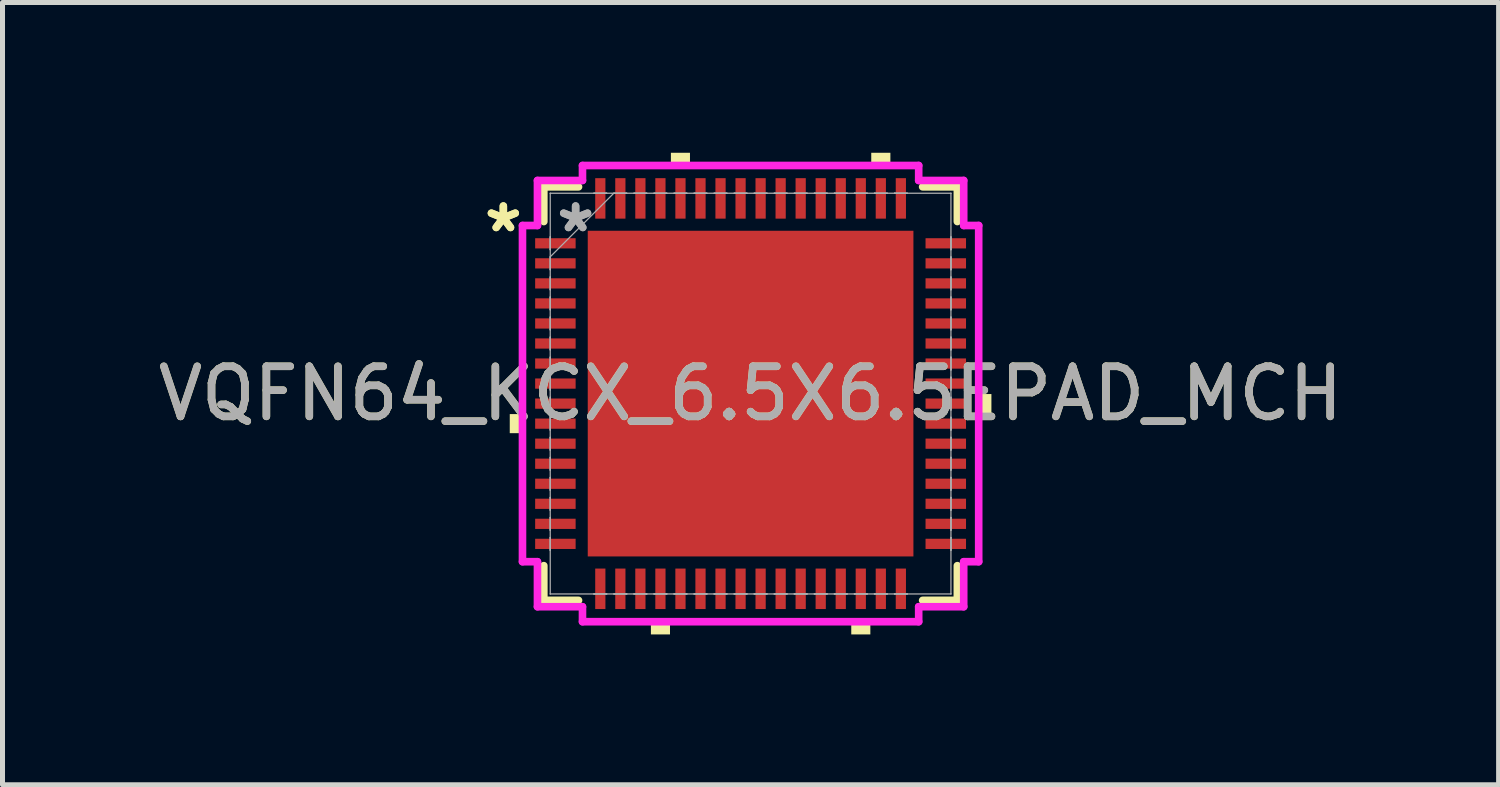
<source format=kicad_pcb>
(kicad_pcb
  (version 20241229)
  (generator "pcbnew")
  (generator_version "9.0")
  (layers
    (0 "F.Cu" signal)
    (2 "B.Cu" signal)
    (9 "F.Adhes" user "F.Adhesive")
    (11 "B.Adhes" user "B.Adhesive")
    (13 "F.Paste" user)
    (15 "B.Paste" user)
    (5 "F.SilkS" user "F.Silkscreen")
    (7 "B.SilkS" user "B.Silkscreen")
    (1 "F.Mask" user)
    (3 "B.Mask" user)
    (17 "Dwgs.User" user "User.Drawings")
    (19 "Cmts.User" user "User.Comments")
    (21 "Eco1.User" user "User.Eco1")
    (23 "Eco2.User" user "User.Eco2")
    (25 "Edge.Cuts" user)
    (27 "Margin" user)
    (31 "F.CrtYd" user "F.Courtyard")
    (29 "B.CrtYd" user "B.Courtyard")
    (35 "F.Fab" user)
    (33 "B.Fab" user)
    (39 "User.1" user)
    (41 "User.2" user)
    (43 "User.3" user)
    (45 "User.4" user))
  (footprint "VQFN64_KCX_6.5X6.5EPAD_MCH"
    (layer "F.Cu")
    (at 11.935 4.808)
    (property "Reference" "VQFN64_KCX_6.5X6.5EPAD_MCH" (at 0 0 0) (unlocked yes) (layer "F.SilkS") (effects (font (size 1 1) (thickness 0.15))))
    (attr smd)
    (fp_line (start -4.128 -4.128) (end -4.128 -3.435) (stroke (width 0.152) (type solid)) (layer "F.SilkS"))
    (fp_line (start -4.128 3.435) (end -4.128 4.128) (stroke (width 0.152) (type solid)) (layer "F.SilkS"))
    (fp_line (start -4.128 4.128) (end -3.435 4.128) (stroke (width 0.152) (type solid)) (layer "F.SilkS"))
    (fp_line (start -3.435 -4.128) (end -4.128 -4.128) (stroke (width 0.152) (type solid)) (layer "F.SilkS"))
    (fp_line (start 3.435 4.128) (end 4.128 4.128) (stroke (width 0.152) (type solid)) (layer "F.SilkS"))
    (fp_line (start 4.128 -4.128) (end 3.435 -4.128) (stroke (width 0.152) (type solid)) (layer "F.SilkS"))
    (fp_line (start 4.128 -3.435) (end 4.128 -4.128) (stroke (width 0.152) (type solid)) (layer "F.SilkS"))
    (fp_line (start 4.128 4.128) (end 4.128 3.435) (stroke (width 0.152) (type solid)) (layer "F.SilkS"))
    (fp_poly (pts (xy -4.808 0.409) (xy -4.808 0.79) (xy -4.554 0.79) (xy -4.554 0.409)) (stroke (width 0) (type solid)) (fill yes) (layer "F.SilkS"))
    (fp_poly (pts (xy -1.99 4.554) (xy -1.99 4.808) (xy -1.609 4.808) (xy -1.609 4.554)) (stroke (width 0) (type solid)) (fill yes) (layer "F.SilkS"))
    (fp_poly (pts (xy -1.591 -4.554) (xy -1.591 -4.808) (xy -1.21 -4.808) (xy -1.21 -4.554)) (stroke (width 0) (type solid)) (fill yes) (layer "F.SilkS"))
    (fp_poly (pts (xy 2.01 4.554) (xy 2.01 4.808) (xy 2.391 4.808) (xy 2.391 4.554)) (stroke (width 0) (type solid)) (fill yes) (layer "F.SilkS"))
    (fp_poly (pts (xy 2.409 -4.554) (xy 2.409 -4.808) (xy 2.791 -4.808) (xy 2.791 -4.554)) (stroke (width 0) (type solid)) (fill yes) (layer "F.SilkS"))
    (fp_poly (pts (xy 4.808 0.009) (xy 4.808 0.391) (xy 4.554 0.391) (xy 4.554 0.009)) (stroke (width 0) (type solid)) (fill yes) (layer "F.SilkS"))
    (fp_poly (pts (xy -3.151 -3.151) (xy -3.151 -2.051) (xy -2.051 -2.051) (xy -2.051 -3.151)) (stroke (width 0) (type solid)) (fill yes) (layer "F.Paste"))
    (fp_poly (pts (xy -3.151 -1.851) (xy -3.151 -0.75) (xy -2.051 -0.75) (xy -2.051 -1.851)) (stroke (width 0) (type solid)) (fill yes) (layer "F.Paste"))
    (fp_poly (pts (xy -3.151 -0.55) (xy -3.151 0.55) (xy -2.051 0.55) (xy -2.051 -0.55)) (stroke (width 0) (type solid)) (fill yes) (layer "F.Paste"))
    (fp_poly (pts (xy -3.151 0.75) (xy -3.151 1.851) (xy -2.051 1.851) (xy -2.051 0.75)) (stroke (width 0) (type solid)) (fill yes) (layer "F.Paste"))
    (fp_poly (pts (xy -3.151 2.051) (xy -3.151 3.151) (xy -2.051 3.151) (xy -2.051 2.051)) (stroke (width 0) (type solid)) (fill yes) (layer "F.Paste"))
    (fp_poly (pts (xy -1.851 -3.151) (xy -1.851 -2.051) (xy -0.75 -2.051) (xy -0.75 -3.151)) (stroke (width 0) (type solid)) (fill yes) (layer "F.Paste"))
    (fp_poly (pts (xy -1.851 -1.851) (xy -1.851 -0.75) (xy -0.75 -0.75) (xy -0.75 -1.851)) (stroke (width 0) (type solid)) (fill yes) (layer "F.Paste"))
    (fp_poly (pts (xy -1.851 -0.55) (xy -1.851 0.55) (xy -0.75 0.55) (xy -0.75 -0.55)) (stroke (width 0) (type solid)) (fill yes) (layer "F.Paste"))
    (fp_poly (pts (xy -1.851 0.75) (xy -1.851 1.851) (xy -0.75 1.851) (xy -0.75 0.75)) (stroke (width 0) (type solid)) (fill yes) (layer "F.Paste"))
    (fp_poly (pts (xy -1.851 2.051) (xy -1.851 3.151) (xy -0.75 3.151) (xy -0.75 2.051)) (stroke (width 0) (type solid)) (fill yes) (layer "F.Paste"))
    (fp_poly (pts (xy -0.55 -3.151) (xy -0.55 -2.051) (xy 0.55 -2.051) (xy 0.55 -3.151)) (stroke (width 0) (type solid)) (fill yes) (layer "F.Paste"))
    (fp_poly (pts (xy -0.55 -1.851) (xy -0.55 -0.75) (xy 0.55 -0.75) (xy 0.55 -1.851)) (stroke (width 0) (type solid)) (fill yes) (layer "F.Paste"))
    (fp_poly (pts (xy -0.55 -0.55) (xy -0.55 0.55) (xy 0.55 0.55) (xy 0.55 -0.55)) (stroke (width 0) (type solid)) (fill yes) (layer "F.Paste"))
    (fp_poly (pts (xy -0.55 0.75) (xy -0.55 1.851) (xy 0.55 1.851) (xy 0.55 0.75)) (stroke (width 0) (type solid)) (fill yes) (layer "F.Paste"))
    (fp_poly (pts (xy -0.55 2.051) (xy -0.55 3.151) (xy 0.55 3.151) (xy 0.55 2.051)) (stroke (width 0) (type solid)) (fill yes) (layer "F.Paste"))
    (fp_poly (pts (xy 0.75 -3.151) (xy 0.75 -2.051) (xy 1.851 -2.051) (xy 1.851 -3.151)) (stroke (width 0) (type solid)) (fill yes) (layer "F.Paste"))
    (fp_poly (pts (xy 0.75 -1.851) (xy 0.75 -0.75) (xy 1.851 -0.75) (xy 1.851 -1.851)) (stroke (width 0) (type solid)) (fill yes) (layer "F.Paste"))
    (fp_poly (pts (xy 0.75 -0.55) (xy 0.75 0.55) (xy 1.851 0.55) (xy 1.851 -0.55)) (stroke (width 0) (type solid)) (fill yes) (layer "F.Paste"))
    (fp_poly (pts (xy 0.75 0.75) (xy 0.75 1.851) (xy 1.851 1.851) (xy 1.851 0.75)) (stroke (width 0) (type solid)) (fill yes) (layer "F.Paste"))
    (fp_poly (pts (xy 0.75 2.051) (xy 0.75 3.151) (xy 1.851 3.151) (xy 1.851 2.051)) (stroke (width 0) (type solid)) (fill yes) (layer "F.Paste"))
    (fp_poly (pts (xy 2.051 -3.151) (xy 2.051 -2.051) (xy 3.151 -2.051) (xy 3.151 -3.151)) (stroke (width 0) (type solid)) (fill yes) (layer "F.Paste"))
    (fp_poly (pts (xy 2.051 -1.851) (xy 2.051 -0.75) (xy 3.151 -0.75) (xy 3.151 -1.851)) (stroke (width 0) (type solid)) (fill yes) (layer "F.Paste"))
    (fp_poly (pts (xy 2.051 -0.55) (xy 2.051 0.55) (xy 3.151 0.55) (xy 3.151 -0.55)) (stroke (width 0) (type solid)) (fill yes) (layer "F.Paste"))
    (fp_poly (pts (xy 2.051 0.75) (xy 2.051 1.851) (xy 3.151 1.851) (xy 3.151 0.75)) (stroke (width 0) (type solid)) (fill yes) (layer "F.Paste"))
    (fp_poly (pts (xy 2.051 2.051) (xy 2.051 3.151) (xy 3.151 3.151) (xy 3.151 2.051)) (stroke (width 0) (type solid)) (fill yes) (layer "F.Paste"))
    (fp_line (start -4.554 -3.356) (end -4.255 -3.356) (stroke (width 0.152) (type solid)) (layer "F.CrtYd"))
    (fp_line (start -4.554 3.356) (end -4.554 -3.356) (stroke (width 0.152) (type solid)) (layer "F.CrtYd"))
    (fp_line (start -4.255 -4.255) (end -3.356 -4.255) (stroke (width 0.152) (type solid)) (layer "F.CrtYd"))
    (fp_line (start -4.255 -3.356) (end -4.255 -4.255) (stroke (width 0.152) (type solid)) (layer "F.CrtYd"))
    (fp_line (start -4.255 3.356) (end -4.554 3.356) (stroke (width 0.152) (type solid)) (layer "F.CrtYd"))
    (fp_line (start -4.255 4.255) (end -4.255 3.356) (stroke (width 0.152) (type solid)) (layer "F.CrtYd"))
    (fp_line (start -3.356 -4.554) (end 3.356 -4.554) (stroke (width 0.152) (type solid)) (layer "F.CrtYd"))
    (fp_line (start -3.356 -4.255) (end -3.356 -4.554) (stroke (width 0.152) (type solid)) (layer "F.CrtYd"))
    (fp_line (start -3.356 4.255) (end -4.255 4.255) (stroke (width 0.152) (type solid)) (layer "F.CrtYd"))
    (fp_line (start -3.356 4.554) (end -3.356 4.255) (stroke (width 0.152) (type solid)) (layer "F.CrtYd"))
    (fp_line (start 3.356 -4.554) (end 3.356 -4.255) (stroke (width 0.152) (type solid)) (layer "F.CrtYd"))
    (fp_line (start 3.356 -4.255) (end 4.255 -4.255) (stroke (width 0.152) (type solid)) (layer "F.CrtYd"))
    (fp_line (start 3.356 4.255) (end 3.356 4.554) (stroke (width 0.152) (type solid)) (layer "F.CrtYd"))
    (fp_line (start 3.356 4.554) (end -3.356 4.554) (stroke (width 0.152) (type solid)) (layer "F.CrtYd"))
    (fp_line (start 4.255 -4.255) (end 4.255 -3.356) (stroke (width 0.152) (type solid)) (layer "F.CrtYd"))
    (fp_line (start 4.255 -3.356) (end 4.554 -3.356) (stroke (width 0.152) (type solid)) (layer "F.CrtYd"))
    (fp_line (start 4.255 3.356) (end 4.255 4.255) (stroke (width 0.152) (type solid)) (layer "F.CrtYd"))
    (fp_line (start 4.255 4.255) (end 3.356 4.255) (stroke (width 0.152) (type solid)) (layer "F.CrtYd"))
    (fp_line (start 4.554 -3.356) (end 4.554 3.356) (stroke (width 0.152) (type solid)) (layer "F.CrtYd"))
    (fp_line (start 4.554 3.356) (end 4.255 3.356) (stroke (width 0.152) (type solid)) (layer "F.CrtYd"))
    (fp_line (start -4 -4) (end -4 -4) (stroke (width 0.025) (type solid)) (layer "F.Fab"))
    (fp_line (start -4 -4) (end -4 4) (stroke (width 0.025) (type solid)) (layer "F.Fab"))
    (fp_line (start -4 -3.127) (end -4 -3.127) (stroke (width 0.025) (type solid)) (layer "F.Fab"))
    (fp_line (start -4 -3.127) (end -4 -2.873) (stroke (width 0.025) (type solid)) (layer "F.Fab"))
    (fp_line (start -4 -2.873) (end -4 -3.127) (stroke (width 0.025) (type solid)) (layer "F.Fab"))
    (fp_line (start -4 -2.873) (end -4 -2.873) (stroke (width 0.025) (type solid)) (layer "F.Fab"))
    (fp_line (start -4 -2.731) (end -2.731 -4) (stroke (width 0.025) (type solid)) (layer "F.Fab"))
    (fp_line (start -4 -2.727) (end -4 -2.727) (stroke (width 0.025) (type solid)) (layer "F.Fab"))
    (fp_line (start -4 -2.727) (end -4 -2.473) (stroke (width 0.025) (type solid)) (layer "F.Fab"))
    (fp_line (start -4 -2.473) (end -4 -2.727) (stroke (width 0.025) (type solid)) (layer "F.Fab"))
    (fp_line (start -4 -2.473) (end -4 -2.473) (stroke (width 0.025) (type solid)) (layer "F.Fab"))
    (fp_line (start -4 -2.327) (end -4 -2.327) (stroke (width 0.025) (type solid)) (layer "F.Fab"))
    (fp_line (start -4 -2.327) (end -4 -2.073) (stroke (width 0.025) (type solid)) (layer "F.Fab"))
    (fp_line (start -4 -2.073) (end -4 -2.327) (stroke (width 0.025) (type solid)) (layer "F.Fab"))
    (fp_line (start -4 -2.073) (end -4 -2.073) (stroke (width 0.025) (type solid)) (layer "F.Fab"))
    (fp_line (start -4 -1.927) (end -4 -1.927) (stroke (width 0.025) (type solid)) (layer "F.Fab"))
    (fp_line (start -4 -1.927) (end -4 -1.673) (stroke (width 0.025) (type solid)) (layer "F.Fab"))
    (fp_line (start -4 -1.673) (end -4 -1.927) (stroke (width 0.025) (type solid)) (layer "F.Fab"))
    (fp_line (start -4 -1.673) (end -4 -1.673) (stroke (width 0.025) (type solid)) (layer "F.Fab"))
    (fp_line (start -4 -1.527) (end -4 -1.527) (stroke (width 0.025) (type solid)) (layer "F.Fab"))
    (fp_line (start -4 -1.527) (end -4 -1.273) (stroke (width 0.025) (type solid)) (layer "F.Fab"))
    (fp_line (start -4 -1.273) (end -4 -1.527) (stroke (width 0.025) (type solid)) (layer "F.Fab"))
    (fp_line (start -4 -1.273) (end -4 -1.273) (stroke (width 0.025) (type solid)) (layer "F.Fab"))
    (fp_line (start -4 -1.127) (end -4 -1.127) (stroke (width 0.025) (type solid)) (layer "F.Fab"))
    (fp_line (start -4 -1.127) (end -4 -0.873) (stroke (width 0.025) (type solid)) (layer "F.Fab"))
    (fp_line (start -4 -0.873) (end -4 -1.127) (stroke (width 0.025) (type solid)) (layer "F.Fab"))
    (fp_line (start -4 -0.873) (end -4 -0.873) (stroke (width 0.025) (type solid)) (layer "F.Fab"))
    (fp_line (start -4 -0.727) (end -4 -0.727) (stroke (width 0.025) (type solid)) (layer "F.Fab"))
    (fp_line (start -4 -0.727) (end -4 -0.473) (stroke (width 0.025) (type solid)) (layer "F.Fab"))
    (fp_line (start -4 -0.473) (end -4 -0.727) (stroke (width 0.025) (type solid)) (layer "F.Fab"))
    (fp_line (start -4 -0.473) (end -4 -0.473) (stroke (width 0.025) (type solid)) (layer "F.Fab"))
    (fp_line (start -4 -0.327) (end -4 -0.327) (stroke (width 0.025) (type solid)) (layer "F.Fab"))
    (fp_line (start -4 -0.327) (end -4 -0.073) (stroke (width 0.025) (type solid)) (layer "F.Fab"))
    (fp_line (start -4 -0.073) (end -4 -0.327) (stroke (width 0.025) (type solid)) (layer "F.Fab"))
    (fp_line (start -4 -0.073) (end -4 -0.073) (stroke (width 0.025) (type solid)) (layer "F.Fab"))
    (fp_line (start -4 0.073) (end -4 0.073) (stroke (width 0.025) (type solid)) (layer "F.Fab"))
    (fp_line (start -4 0.073) (end -4 0.327) (stroke (width 0.025) (type solid)) (layer "F.Fab"))
    (fp_line (start -4 0.327) (end -4 0.073) (stroke (width 0.025) (type solid)) (layer "F.Fab"))
    (fp_line (start -4 0.327) (end -4 0.327) (stroke (width 0.025) (type solid)) (layer "F.Fab"))
    (fp_line (start -4 0.473) (end -4 0.473) (stroke (width 0.025) (type solid)) (layer "F.Fab"))
    (fp_line (start -4 0.473) (end -4 0.727) (stroke (width 0.025) (type solid)) (layer "F.Fab"))
    (fp_line (start -4 0.727) (end -4 0.473) (stroke (width 0.025) (type solid)) (layer "F.Fab"))
    (fp_line (start -4 0.727) (end -4 0.727) (stroke (width 0.025) (type solid)) (layer "F.Fab"))
    (fp_line (start -4 0.873) (end -4 0.873) (stroke (width 0.025) (type solid)) (layer "F.Fab"))
    (fp_line (start -4 0.873) (end -4 1.127) (stroke (width 0.025) (type solid)) (layer "F.Fab"))
    (fp_line (start -4 1.127) (end -4 0.873) (stroke (width 0.025) (type solid)) (layer "F.Fab"))
    (fp_line (start -4 1.127) (end -4 1.127) (stroke (width 0.025) (type solid)) (layer "F.Fab"))
    (fp_line (start -4 1.273) (end -4 1.273) (stroke (width 0.025) (type solid)) (layer "F.Fab"))
    (fp_line (start -4 1.273) (end -4 1.527) (stroke (width 0.025) (type solid)) (layer "F.Fab"))
    (fp_line (start -4 1.527) (end -4 1.273) (stroke (width 0.025) (type solid)) (layer "F.Fab"))
    (fp_line (start -4 1.527) (end -4 1.527) (stroke (width 0.025) (type solid)) (layer "F.Fab"))
    (fp_line (start -4 1.673) (end -4 1.673) (stroke (width 0.025) (type solid)) (layer "F.Fab"))
    (fp_line (start -4 1.673) (end -4 1.927) (stroke (width 0.025) (type solid)) (layer "F.Fab"))
    (fp_line (start -4 1.927) (end -4 1.673) (stroke (width 0.025) (type solid)) (layer "F.Fab"))
    (fp_line (start -4 1.927) (end -4 1.927) (stroke (width 0.025) (type solid)) (layer "F.Fab"))
    (fp_line (start -4 2.073) (end -4 2.073) (stroke (width 0.025) (type solid)) (layer "F.Fab"))
    (fp_line (start -4 2.073) (end -4 2.327) (stroke (width 0.025) (type solid)) (layer "F.Fab"))
    (fp_line (start -4 2.327) (end -4 2.073) (stroke (width 0.025) (type solid)) (layer "F.Fab"))
    (fp_line (start -4 2.327) (end -4 2.327) (stroke (width 0.025) (type solid)) (layer "F.Fab"))
    (fp_line (start -4 2.473) (end -4 2.473) (stroke (width 0.025) (type solid)) (layer "F.Fab"))
    (fp_line (start -4 2.473) (end -4 2.727) (stroke (width 0.025) (type solid)) (layer "F.Fab"))
    (fp_line (start -4 2.727) (end -4 2.473) (stroke (width 0.025) (type solid)) (layer "F.Fab"))
    (fp_line (start -4 2.727) (end -4 2.727) (stroke (width 0.025) (type solid)) (layer "F.Fab"))
    (fp_line (start -4 2.873) (end -4 2.873) (stroke (width 0.025) (type solid)) (layer "F.Fab"))
    (fp_line (start -4 2.873) (end -4 3.127) (stroke (width 0.025) (type solid)) (layer "F.Fab"))
    (fp_line (start -4 3.127) (end -4 2.873) (stroke (width 0.025) (type solid)) (layer "F.Fab"))
    (fp_line (start -4 3.127) (end -4 3.127) (stroke (width 0.025) (type solid)) (layer "F.Fab"))
    (fp_line (start -4 4) (end -4 4) (stroke (width 0.025) (type solid)) (layer "F.Fab"))
    (fp_line (start -4 4) (end 4 4) (stroke (width 0.025) (type solid)) (layer "F.Fab"))
    (fp_line (start -3.127 -4) (end -3.127 -4) (stroke (width 0.025) (type solid)) (layer "F.Fab"))
    (fp_line (start -3.127 -4) (end -2.873 -4) (stroke (width 0.025) (type solid)) (layer "F.Fab"))
    (fp_line (start -3.127 4) (end -3.127 4) (stroke (width 0.025) (type solid)) (layer "F.Fab"))
    (fp_line (start -3.127 4) (end -2.873 4) (stroke (width 0.025) (type solid)) (layer "F.Fab"))
    (fp_line (start -2.873 -4) (end -3.127 -4) (stroke (width 0.025) (type solid)) (layer "F.Fab"))
    (fp_line (start -2.873 -4) (end -2.873 -4) (stroke (width 0.025) (type solid)) (layer "F.Fab"))
    (fp_line (start -2.873 4) (end -3.127 4) (stroke (width 0.025) (type solid)) (layer "F.Fab"))
    (fp_line (start -2.873 4) (end -2.873 4) (stroke (width 0.025) (type solid)) (layer "F.Fab"))
    (fp_line (start -2.727 -4) (end -2.727 -4) (stroke (width 0.025) (type solid)) (layer "F.Fab"))
    (fp_line (start -2.727 -4) (end -2.473 -4) (stroke (width 0.025) (type solid)) (layer "F.Fab"))
    (fp_line (start -2.727 4) (end -2.727 4) (stroke (width 0.025) (type solid)) (layer "F.Fab"))
    (fp_line (start -2.727 4) (end -2.473 4) (stroke (width 0.025) (type solid)) (layer "F.Fab"))
    (fp_line (start -2.473 -4) (end -2.727 -4) (stroke (width 0.025) (type solid)) (layer "F.Fab"))
    (fp_line (start -2.473 -4) (end -2.473 -4) (stroke (width 0.025) (type solid)) (layer "F.Fab"))
    (fp_line (start -2.473 4) (end -2.727 4) (stroke (width 0.025) (type solid)) (layer "F.Fab"))
    (fp_line (start -2.473 4) (end -2.473 4) (stroke (width 0.025) (type solid)) (layer "F.Fab"))
    (fp_line (start -2.327 -4) (end -2.327 -4) (stroke (width 0.025) (type solid)) (layer "F.Fab"))
    (fp_line (start -2.327 -4) (end -2.073 -4) (stroke (width 0.025) (type solid)) (layer "F.Fab"))
    (fp_line (start -2.327 4) (end -2.327 4) (stroke (width 0.025) (type solid)) (layer "F.Fab"))
    (fp_line (start -2.327 4) (end -2.073 4) (stroke (width 0.025) (type solid)) (layer "F.Fab"))
    (fp_line (start -2.073 -4) (end -2.327 -4) (stroke (width 0.025) (type solid)) (layer "F.Fab"))
    (fp_line (start -2.073 -4) (end -2.073 -4) (stroke (width 0.025) (type solid)) (layer "F.Fab"))
    (fp_line (start -2.073 4) (end -2.327 4) (stroke (width 0.025) (type solid)) (layer "F.Fab"))
    (fp_line (start -2.073 4) (end -2.073 4) (stroke (width 0.025) (type solid)) (layer "F.Fab"))
    (fp_line (start -1.927 -4) (end -1.927 -4) (stroke (width 0.025) (type solid)) (layer "F.Fab"))
    (fp_line (start -1.927 -4) (end -1.673 -4) (stroke (width 0.025) (type solid)) (layer "F.Fab"))
    (fp_line (start -1.927 4) (end -1.927 4) (stroke (width 0.025) (type solid)) (layer "F.Fab"))
    (fp_line (start -1.927 4) (end -1.673 4) (stroke (width 0.025) (type solid)) (layer "F.Fab"))
    (fp_line (start -1.673 -4) (end -1.927 -4) (stroke (width 0.025) (type solid)) (layer "F.Fab"))
    (fp_line (start -1.673 -4) (end -1.673 -4) (stroke (width 0.025) (type solid)) (layer "F.Fab"))
    (fp_line (start -1.673 4) (end -1.927 4) (stroke (width 0.025) (type solid)) (layer "F.Fab"))
    (fp_line (start -1.673 4) (end -1.673 4) (stroke (width 0.025) (type solid)) (layer "F.Fab"))
    (fp_line (start -1.527 -4) (end -1.527 -4) (stroke (width 0.025) (type solid)) (layer "F.Fab"))
    (fp_line (start -1.527 -4) (end -1.273 -4) (stroke (width 0.025) (type solid)) (layer "F.Fab"))
    (fp_line (start -1.527 4) (end -1.527 4) (stroke (width 0.025) (type solid)) (layer "F.Fab"))
    (fp_line (start -1.527 4) (end -1.273 4) (stroke (width 0.025) (type solid)) (layer "F.Fab"))
    (fp_line (start -1.273 -4) (end -1.527 -4) (stroke (width 0.025) (type solid)) (layer "F.Fab"))
    (fp_line (start -1.273 -4) (end -1.273 -4) (stroke (width 0.025) (type solid)) (layer "F.Fab"))
    (fp_line (start -1.273 4) (end -1.527 4) (stroke (width 0.025) (type solid)) (layer "F.Fab"))
    (fp_line (start -1.273 4) (end -1.273 4) (stroke (width 0.025) (type solid)) (layer "F.Fab"))
    (fp_line (start -1.127 -4) (end -1.127 -4) (stroke (width 0.025) (type solid)) (layer "F.Fab"))
    (fp_line (start -1.127 -4) (end -0.873 -4) (stroke (width 0.025) (type solid)) (layer "F.Fab"))
    (fp_line (start -1.127 4) (end -1.127 4) (stroke (width 0.025) (type solid)) (layer "F.Fab"))
    (fp_line (start -1.127 4) (end -0.873 4) (stroke (width 0.025) (type solid)) (layer "F.Fab"))
    (fp_line (start -0.873 -4) (end -1.127 -4) (stroke (width 0.025) (type solid)) (layer "F.Fab"))
    (fp_line (start -0.873 -4) (end -0.873 -4) (stroke (width 0.025) (type solid)) (layer "F.Fab"))
    (fp_line (start -0.873 4) (end -1.127 4) (stroke (width 0.025) (type solid)) (layer "F.Fab"))
    (fp_line (start -0.873 4) (end -0.873 4) (stroke (width 0.025) (type solid)) (layer "F.Fab"))
    (fp_line (start -0.727 -4) (end -0.727 -4) (stroke (width 0.025) (type solid)) (layer "F.Fab"))
    (fp_line (start -0.727 -4) (end -0.473 -4) (stroke (width 0.025) (type solid)) (layer "F.Fab"))
    (fp_line (start -0.727 4) (end -0.727 4) (stroke (width 0.025) (type solid)) (layer "F.Fab"))
    (fp_line (start -0.727 4) (end -0.473 4) (stroke (width 0.025) (type solid)) (layer "F.Fab"))
    (fp_line (start -0.473 -4) (end -0.727 -4) (stroke (width 0.025) (type solid)) (layer "F.Fab"))
    (fp_line (start -0.473 -4) (end -0.473 -4) (stroke (width 0.025) (type solid)) (layer "F.Fab"))
    (fp_line (start -0.473 4) (end -0.727 4) (stroke (width 0.025) (type solid)) (layer "F.Fab"))
    (fp_line (start -0.473 4) (end -0.473 4) (stroke (width 0.025) (type solid)) (layer "F.Fab"))
    (fp_line (start -0.327 -4) (end -0.327 -4) (stroke (width 0.025) (type solid)) (layer "F.Fab"))
    (fp_line (start -0.327 -4) (end -0.073 -4) (stroke (width 0.025) (type solid)) (layer "F.Fab"))
    (fp_line (start -0.327 4) (end -0.327 4) (stroke (width 0.025) (type solid)) (layer "F.Fab"))
    (fp_line (start -0.327 4) (end -0.073 4) (stroke (width 0.025) (type solid)) (layer "F.Fab"))
    (fp_line (start -0.073 -4) (end -0.327 -4) (stroke (width 0.025) (type solid)) (layer "F.Fab"))
    (fp_line (start -0.073 -4) (end -0.073 -4) (stroke (width 0.025) (type solid)) (layer "F.Fab"))
    (fp_line (start -0.073 4) (end -0.327 4) (stroke (width 0.025) (type solid)) (layer "F.Fab"))
    (fp_line (start -0.073 4) (end -0.073 4) (stroke (width 0.025) (type solid)) (layer "F.Fab"))
    (fp_line (start 0.073 -4) (end 0.073 -4) (stroke (width 0.025) (type solid)) (layer "F.Fab"))
    (fp_line (start 0.073 -4) (end 0.327 -4) (stroke (width 0.025) (type solid)) (layer "F.Fab"))
    (fp_line (start 0.073 4) (end 0.073 4) (stroke (width 0.025) (type solid)) (layer "F.Fab"))
    (fp_line (start 0.073 4) (end 0.327 4) (stroke (width 0.025) (type solid)) (layer "F.Fab"))
    (fp_line (start 0.327 -4) (end 0.073 -4) (stroke (width 0.025) (type solid)) (layer "F.Fab"))
    (fp_line (start 0.327 -4) (end 0.327 -4) (stroke (width 0.025) (type solid)) (layer "F.Fab"))
    (fp_line (start 0.327 4) (end 0.073 4) (stroke (width 0.025) (type solid)) (layer "F.Fab"))
    (fp_line (start 0.327 4) (end 0.327 4) (stroke (width 0.025) (type solid)) (layer "F.Fab"))
    (fp_line (start 0.473 -4) (end 0.473 -4) (stroke (width 0.025) (type solid)) (layer "F.Fab"))
    (fp_line (start 0.473 -4) (end 0.727 -4) (stroke (width 0.025) (type solid)) (layer "F.Fab"))
    (fp_line (start 0.473 4) (end 0.473 4) (stroke (width 0.025) (type solid)) (layer "F.Fab"))
    (fp_line (start 0.473 4) (end 0.727 4) (stroke (width 0.025) (type solid)) (layer "F.Fab"))
    (fp_line (start 0.727 -4) (end 0.473 -4) (stroke (width 0.025) (type solid)) (layer "F.Fab"))
    (fp_line (start 0.727 -4) (end 0.727 -4) (stroke (width 0.025) (type solid)) (layer "F.Fab"))
    (fp_line (start 0.727 4) (end 0.473 4) (stroke (width 0.025) (type solid)) (layer "F.Fab"))
    (fp_line (start 0.727 4) (end 0.727 4) (stroke (width 0.025) (type solid)) (layer "F.Fab"))
    (fp_line (start 0.873 -4) (end 0.873 -4) (stroke (width 0.025) (type solid)) (layer "F.Fab"))
    (fp_line (start 0.873 -4) (end 1.127 -4) (stroke (width 0.025) (type solid)) (layer "F.Fab"))
    (fp_line (start 0.873 4) (end 0.873 4) (stroke (width 0.025) (type solid)) (layer "F.Fab"))
    (fp_line (start 0.873 4) (end 1.127 4) (stroke (width 0.025) (type solid)) (layer "F.Fab"))
    (fp_line (start 1.127 -4) (end 0.873 -4) (stroke (width 0.025) (type solid)) (layer "F.Fab"))
    (fp_line (start 1.127 -4) (end 1.127 -4) (stroke (width 0.025) (type solid)) (layer "F.Fab"))
    (fp_line (start 1.127 4) (end 0.873 4) (stroke (width 0.025) (type solid)) (layer "F.Fab"))
    (fp_line (start 1.127 4) (end 1.127 4) (stroke (width 0.025) (type solid)) (layer "F.Fab"))
    (fp_line (start 1.273 -4) (end 1.273 -4) (stroke (width 0.025) (type solid)) (layer "F.Fab"))
    (fp_line (start 1.273 -4) (end 1.527 -4) (stroke (width 0.025) (type solid)) (layer "F.Fab"))
    (fp_line (start 1.273 4) (end 1.273 4) (stroke (width 0.025) (type solid)) (layer "F.Fab"))
    (fp_line (start 1.273 4) (end 1.527 4) (stroke (width 0.025) (type solid)) (layer "F.Fab"))
    (fp_line (start 1.527 -4) (end 1.273 -4) (stroke (width 0.025) (type solid)) (layer "F.Fab"))
    (fp_line (start 1.527 -4) (end 1.527 -4) (stroke (width 0.025) (type solid)) (layer "F.Fab"))
    (fp_line (start 1.527 4) (end 1.273 4) (stroke (width 0.025) (type solid)) (layer "F.Fab"))
    (fp_line (start 1.527 4) (end 1.527 4) (stroke (width 0.025) (type solid)) (layer "F.Fab"))
    (fp_line (start 1.673 -4) (end 1.673 -4) (stroke (width 0.025) (type solid)) (layer "F.Fab"))
    (fp_line (start 1.673 -4) (end 1.927 -4) (stroke (width 0.025) (type solid)) (layer "F.Fab"))
    (fp_line (start 1.673 4) (end 1.673 4) (stroke (width 0.025) (type solid)) (layer "F.Fab"))
    (fp_line (start 1.673 4) (end 1.927 4) (stroke (width 0.025) (type solid)) (layer "F.Fab"))
    (fp_line (start 1.927 -4) (end 1.673 -4) (stroke (width 0.025) (type solid)) (layer "F.Fab"))
    (fp_line (start 1.927 -4) (end 1.927 -4) (stroke (width 0.025) (type solid)) (layer "F.Fab"))
    (fp_line (start 1.927 4) (end 1.673 4) (stroke (width 0.025) (type solid)) (layer "F.Fab"))
    (fp_line (start 1.927 4) (end 1.927 4) (stroke (width 0.025) (type solid)) (layer "F.Fab"))
    (fp_line (start 2.073 -4) (end 2.073 -4) (stroke (width 0.025) (type solid)) (layer "F.Fab"))
    (fp_line (start 2.073 -4) (end 2.327 -4) (stroke (width 0.025) (type solid)) (layer "F.Fab"))
    (fp_line (start 2.073 4) (end 2.073 4) (stroke (width 0.025) (type solid)) (layer "F.Fab"))
    (fp_line (start 2.073 4) (end 2.327 4) (stroke (width 0.025) (type solid)) (layer "F.Fab"))
    (fp_line (start 2.327 -4) (end 2.073 -4) (stroke (width 0.025) (type solid)) (layer "F.Fab"))
    (fp_line (start 2.327 -4) (end 2.327 -4) (stroke (width 0.025) (type solid)) (layer "F.Fab"))
    (fp_line (start 2.327 4) (end 2.073 4) (stroke (width 0.025) (type solid)) (layer "F.Fab"))
    (fp_line (start 2.327 4) (end 2.327 4) (stroke (width 0.025) (type solid)) (layer "F.Fab"))
    (fp_line (start 2.473 -4) (end 2.473 -4) (stroke (width 0.025) (type solid)) (layer "F.Fab"))
    (fp_line (start 2.473 -4) (end 2.727 -4) (stroke (width 0.025) (type solid)) (layer "F.Fab"))
    (fp_line (start 2.473 4) (end 2.473 4) (stroke (width 0.025) (type solid)) (layer "F.Fab"))
    (fp_line (start 2.473 4) (end 2.727 4) (stroke (width 0.025) (type solid)) (layer "F.Fab"))
    (fp_line (start 2.727 -4) (end 2.473 -4) (stroke (width 0.025) (type solid)) (layer "F.Fab"))
    (fp_line (start 2.727 -4) (end 2.727 -4) (stroke (width 0.025) (type solid)) (layer "F.Fab"))
    (fp_line (start 2.727 4) (end 2.473 4) (stroke (width 0.025) (type solid)) (layer "F.Fab"))
    (fp_line (start 2.727 4) (end 2.727 4) (stroke (width 0.025) (type solid)) (layer "F.Fab"))
    (fp_line (start 2.873 -4) (end 2.873 -4) (stroke (width 0.025) (type solid)) (layer "F.Fab"))
    (fp_line (start 2.873 -4) (end 3.127 -4) (stroke (width 0.025) (type solid)) (layer "F.Fab"))
    (fp_line (start 2.873 4) (end 2.873 4) (stroke (width 0.025) (type solid)) (layer "F.Fab"))
    (fp_line (start 2.873 4) (end 3.127 4) (stroke (width 0.025) (type solid)) (layer "F.Fab"))
    (fp_line (start 3.127 -4) (end 2.873 -4) (stroke (width 0.025) (type solid)) (layer "F.Fab"))
    (fp_line (start 3.127 -4) (end 3.127 -4) (stroke (width 0.025) (type solid)) (layer "F.Fab"))
    (fp_line (start 3.127 4) (end 2.873 4) (stroke (width 0.025) (type solid)) (layer "F.Fab"))
    (fp_line (start 3.127 4) (end 3.127 4) (stroke (width 0.025) (type solid)) (layer "F.Fab"))
    (fp_line (start 4 -4) (end -4 -4) (stroke (width 0.025) (type solid)) (layer "F.Fab"))
    (fp_line (start 4 -4) (end 4 -4) (stroke (width 0.025) (type solid)) (layer "F.Fab"))
    (fp_line (start 4 -3.127) (end 4 -3.127) (stroke (width 0.025) (type solid)) (layer "F.Fab"))
    (fp_line (start 4 -3.127) (end 4 -2.873) (stroke (width 0.025) (type solid)) (layer "F.Fab"))
    (fp_line (start 4 -2.873) (end 4 -3.127) (stroke (width 0.025) (type solid)) (layer "F.Fab"))
    (fp_line (start 4 -2.873) (end 4 -2.873) (stroke (width 0.025) (type solid)) (layer "F.Fab"))
    (fp_line (start 4 -2.727) (end 4 -2.727) (stroke (width 0.025) (type solid)) (layer "F.Fab"))
    (fp_line (start 4 -2.727) (end 4 -2.473) (stroke (width 0.025) (type solid)) (layer "F.Fab"))
    (fp_line (start 4 -2.473) (end 4 -2.727) (stroke (width 0.025) (type solid)) (layer "F.Fab"))
    (fp_line (start 4 -2.473) (end 4 -2.473) (stroke (width 0.025) (type solid)) (layer "F.Fab"))
    (fp_line (start 4 -2.327) (end 4 -2.327) (stroke (width 0.025) (type solid)) (layer "F.Fab"))
    (fp_line (start 4 -2.327) (end 4 -2.073) (stroke (width 0.025) (type solid)) (layer "F.Fab"))
    (fp_line (start 4 -2.073) (end 4 -2.327) (stroke (width 0.025) (type solid)) (layer "F.Fab"))
    (fp_line (start 4 -2.073) (end 4 -2.073) (stroke (width 0.025) (type solid)) (layer "F.Fab"))
    (fp_line (start 4 -1.927) (end 4 -1.927) (stroke (width 0.025) (type solid)) (layer "F.Fab"))
    (fp_line (start 4 -1.927) (end 4 -1.673) (stroke (width 0.025) (type solid)) (layer "F.Fab"))
    (fp_line (start 4 -1.673) (end 4 -1.927) (stroke (width 0.025) (type solid)) (layer "F.Fab"))
    (fp_line (start 4 -1.673) (end 4 -1.673) (stroke (width 0.025) (type solid)) (layer "F.Fab"))
    (fp_line (start 4 -1.527) (end 4 -1.527) (stroke (width 0.025) (type solid)) (layer "F.Fab"))
    (fp_line (start 4 -1.527) (end 4 -1.273) (stroke (width 0.025) (type solid)) (layer "F.Fab"))
    (fp_line (start 4 -1.273) (end 4 -1.527) (stroke (width 0.025) (type solid)) (layer "F.Fab"))
    (fp_line (start 4 -1.273) (end 4 -1.273) (stroke (width 0.025) (type solid)) (layer "F.Fab"))
    (fp_line (start 4 -1.127) (end 4 -1.127) (stroke (width 0.025) (type solid)) (layer "F.Fab"))
    (fp_line (start 4 -1.127) (end 4 -0.873) (stroke (width 0.025) (type solid)) (layer "F.Fab"))
    (fp_line (start 4 -0.873) (end 4 -1.127) (stroke (width 0.025) (type solid)) (layer "F.Fab"))
    (fp_line (start 4 -0.873) (end 4 -0.873) (stroke (width 0.025) (type solid)) (layer "F.Fab"))
    (fp_line (start 4 -0.727) (end 4 -0.727) (stroke (width 0.025) (type solid)) (layer "F.Fab"))
    (fp_line (start 4 -0.727) (end 4 -0.473) (stroke (width 0.025) (type solid)) (layer "F.Fab"))
    (fp_line (start 4 -0.473) (end 4 -0.727) (stroke (width 0.025) (type solid)) (layer "F.Fab"))
    (fp_line (start 4 -0.473) (end 4 -0.473) (stroke (width 0.025) (type solid)) (layer "F.Fab"))
    (fp_line (start 4 -0.327) (end 4 -0.327) (stroke (width 0.025) (type solid)) (layer "F.Fab"))
    (fp_line (start 4 -0.327) (end 4 -0.073) (stroke (width 0.025) (type solid)) (layer "F.Fab"))
    (fp_line (start 4 -0.073) (end 4 -0.327) (stroke (width 0.025) (type solid)) (layer "F.Fab"))
    (fp_line (start 4 -0.073) (end 4 -0.073) (stroke (width 0.025) (type solid)) (layer "F.Fab"))
    (fp_line (start 4 0.073) (end 4 0.073) (stroke (width 0.025) (type solid)) (layer "F.Fab"))
    (fp_line (start 4 0.073) (end 4 0.327) (stroke (width 0.025) (type solid)) (layer "F.Fab"))
    (fp_line (start 4 0.327) (end 4 0.073) (stroke (width 0.025) (type solid)) (layer "F.Fab"))
    (fp_line (start 4 0.327) (end 4 0.327) (stroke (width 0.025) (type solid)) (layer "F.Fab"))
    (fp_line (start 4 0.473) (end 4 0.473) (stroke (width 0.025) (type solid)) (layer "F.Fab"))
    (fp_line (start 4 0.473) (end 4 0.727) (stroke (width 0.025) (type solid)) (layer "F.Fab"))
    (fp_line (start 4 0.727) (end 4 0.473) (stroke (width 0.025) (type solid)) (layer "F.Fab"))
    (fp_line (start 4 0.727) (end 4 0.727) (stroke (width 0.025) (type solid)) (layer "F.Fab"))
    (fp_line (start 4 0.873) (end 4 0.873) (stroke (width 0.025) (type solid)) (layer "F.Fab"))
    (fp_line (start 4 0.873) (end 4 1.127) (stroke (width 0.025) (type solid)) (layer "F.Fab"))
    (fp_line (start 4 1.127) (end 4 0.873) (stroke (width 0.025) (type solid)) (layer "F.Fab"))
    (fp_line (start 4 1.127) (end 4 1.127) (stroke (width 0.025) (type solid)) (layer "F.Fab"))
    (fp_line (start 4 1.273) (end 4 1.273) (stroke (width 0.025) (type solid)) (layer "F.Fab"))
    (fp_line (start 4 1.273) (end 4 1.527) (stroke (width 0.025) (type solid)) (layer "F.Fab"))
    (fp_line (start 4 1.527) (end 4 1.273) (stroke (width 0.025) (type solid)) (layer "F.Fab"))
    (fp_line (start 4 1.527) (end 4 1.527) (stroke (width 0.025) (type solid)) (layer "F.Fab"))
    (fp_line (start 4 1.673) (end 4 1.673) (stroke (width 0.025) (type solid)) (layer "F.Fab"))
    (fp_line (start 4 1.673) (end 4 1.927) (stroke (width 0.025) (type solid)) (layer "F.Fab"))
    (fp_line (start 4 1.927) (end 4 1.673) (stroke (width 0.025) (type solid)) (layer "F.Fab"))
    (fp_line (start 4 1.927) (end 4 1.927) (stroke (width 0.025) (type solid)) (layer "F.Fab"))
    (fp_line (start 4 2.073) (end 4 2.073) (stroke (width 0.025) (type solid)) (layer "F.Fab"))
    (fp_line (start 4 2.073) (end 4 2.327) (stroke (width 0.025) (type solid)) (layer "F.Fab"))
    (fp_line (start 4 2.327) (end 4 2.073) (stroke (width 0.025) (type solid)) (layer "F.Fab"))
    (fp_line (start 4 2.327) (end 4 2.327) (stroke (width 0.025) (type solid)) (layer "F.Fab"))
    (fp_line (start 4 2.473) (end 4 2.473) (stroke (width 0.025) (type solid)) (layer "F.Fab"))
    (fp_line (start 4 2.473) (end 4 2.727) (stroke (width 0.025) (type solid)) (layer "F.Fab"))
    (fp_line (start 4 2.727) (end 4 2.473) (stroke (width 0.025) (type solid)) (layer "F.Fab"))
    (fp_line (start 4 2.727) (end 4 2.727) (stroke (width 0.025) (type solid)) (layer "F.Fab"))
    (fp_line (start 4 2.873) (end 4 2.873) (stroke (width 0.025) (type solid)) (layer "F.Fab"))
    (fp_line (start 4 2.873) (end 4 3.127) (stroke (width 0.025) (type solid)) (layer "F.Fab"))
    (fp_line (start 4 3.127) (end 4 2.873) (stroke (width 0.025) (type solid)) (layer "F.Fab"))
    (fp_line (start 4 3.127) (end 4 3.127) (stroke (width 0.025) (type solid)) (layer "F.Fab"))
    (fp_line (start 4 4) (end 4 -4) (stroke (width 0.025) (type solid)) (layer "F.Fab"))
    (fp_line (start 4 4) (end 4 4) (stroke (width 0.025) (type solid)) (layer "F.Fab"))
    (fp_text user "*" (at -4.936 -3.2 0) (layer "F.SilkS") (effects (font (size 1 1) (thickness 0.15))))
    (fp_text user "*" (at -4.936 -3.2 0) (unlocked yes) (layer "F.SilkS") (effects (font (size 1 1) (thickness 0.15))))
    (fp_text user "*" (at -3.493 -3.2 0) (layer "F.Fab") (effects (font (size 1 1) (thickness 0.15))))
    (fp_text user "${REFERENCE}" (at 0 0 0) (unlocked yes) (layer "F.Fab") (effects (font (size 1 1) (thickness 0.15))))
    (fp_text user "*" (at -3.493 -3.2 0) (unlocked yes) (layer "F.Fab") (effects (font (size 1 1) (thickness 0.15))))
    (pad "1" smd rect (at -3.897 -3 90) (size 0.204 0.808) (layers "F.Cu" "F.Mask" "F.Paste"))
    (pad "2" smd rect (at -3.897 -2.6 90) (size 0.204 0.808) (layers "F.Cu" "F.Mask" "F.Paste"))
    (pad "3" smd rect (at -3.897 -2.2 90) (size 0.204 0.808) (layers "F.Cu" "F.Mask" "F.Paste"))
    (pad "4" smd rect (at -3.897 -1.8 90) (size 0.204 0.808) (layers "F.Cu" "F.Mask" "F.Paste"))
    (pad "5" smd rect (at -3.897 -1.4 90) (size 0.204 0.808) (layers "F.Cu" "F.Mask" "F.Paste"))
    (pad "6" smd rect (at -3.897 -1 90) (size 0.204 0.808) (layers "F.Cu" "F.Mask" "F.Paste"))
    (pad "7" smd rect (at -3.897 -0.6 90) (size 0.204 0.808) (layers "F.Cu" "F.Mask" "F.Paste"))
    (pad "8" smd rect (at -3.897 -0.2 90) (size 0.204 0.808) (layers "F.Cu" "F.Mask" "F.Paste"))
    (pad "9" smd rect (at -3.897 0.2 90) (size 0.204 0.808) (layers "F.Cu" "F.Mask" "F.Paste"))
    (pad "10" smd rect (at -3.897 0.6 90) (size 0.204 0.808) (layers "F.Cu" "F.Mask" "F.Paste"))
    (pad "11" smd rect (at -3.897 1 90) (size 0.204 0.808) (layers "F.Cu" "F.Mask" "F.Paste"))
    (pad "12" smd rect (at -3.897 1.4 90) (size 0.204 0.808) (layers "F.Cu" "F.Mask" "F.Paste"))
    (pad "13" smd rect (at -3.897 1.8 90) (size 0.204 0.808) (layers "F.Cu" "F.Mask" "F.Paste"))
    (pad "14" smd rect (at -3.897 2.2 90) (size 0.204 0.808) (layers "F.Cu" "F.Mask" "F.Paste"))
    (pad "15" smd rect (at -3.897 2.6 90) (size 0.204 0.808) (layers "F.Cu" "F.Mask" "F.Paste"))
    (pad "16" smd rect (at -3.897 3 90) (size 0.204 0.808) (layers "F.Cu" "F.Mask" "F.Paste"))
    (pad "17" smd rect (at -3 3.897) (size 0.204 0.808) (layers "F.Cu" "F.Mask" "F.Paste"))
    (pad "18" smd rect (at -2.6 3.897) (size 0.204 0.808) (layers "F.Cu" "F.Mask" "F.Paste"))
    (pad "19" smd rect (at -2.2 3.897) (size 0.204 0.808) (layers "F.Cu" "F.Mask" "F.Paste"))
    (pad "20" smd rect (at -1.8 3.897) (size 0.204 0.808) (layers "F.Cu" "F.Mask" "F.Paste"))
    (pad "21" smd rect (at -1.4 3.897) (size 0.204 0.808) (layers "F.Cu" "F.Mask" "F.Paste"))
    (pad "22" smd rect (at -1 3.897) (size 0.204 0.808) (layers "F.Cu" "F.Mask" "F.Paste"))
    (pad "23" smd rect (at -0.6 3.897) (size 0.204 0.808) (layers "F.Cu" "F.Mask" "F.Paste"))
    (pad "24" smd rect (at -0.2 3.897) (size 0.204 0.808) (layers "F.Cu" "F.Mask" "F.Paste"))
    (pad "25" smd rect (at 0.2 3.897) (size 0.204 0.808) (layers "F.Cu" "F.Mask" "F.Paste"))
    (pad "26" smd rect (at 0.6 3.897) (size 0.204 0.808) (layers "F.Cu" "F.Mask" "F.Paste"))
    (pad "27" smd rect (at 1 3.897) (size 0.204 0.808) (layers "F.Cu" "F.Mask" "F.Paste"))
    (pad "28" smd rect (at 1.4 3.897) (size 0.204 0.808) (layers "F.Cu" "F.Mask" "F.Paste"))
    (pad "29" smd rect (at 1.8 3.897) (size 0.204 0.808) (layers "F.Cu" "F.Mask" "F.Paste"))
    (pad "30" smd rect (at 2.2 3.897) (size 0.204 0.808) (layers "F.Cu" "F.Mask" "F.Paste"))
    (pad "31" smd rect (at 2.6 3.897) (size 0.204 0.808) (layers "F.Cu" "F.Mask" "F.Paste"))
    (pad "32" smd rect (at 3 3.897) (size 0.204 0.808) (layers "F.Cu" "F.Mask" "F.Paste"))
    (pad "33" smd rect (at 3.897 3 90) (size 0.204 0.808) (layers "F.Cu" "F.Mask" "F.Paste"))
    (pad "34" smd rect (at 3.897 2.6 90) (size 0.204 0.808) (layers "F.Cu" "F.Mask" "F.Paste"))
    (pad "35" smd rect (at 3.897 2.2 90) (size 0.204 0.808) (layers "F.Cu" "F.Mask" "F.Paste"))
    (pad "36" smd rect (at 3.897 1.8 90) (size 0.204 0.808) (layers "F.Cu" "F.Mask" "F.Paste"))
    (pad "37" smd rect (at 3.897 1.4 90) (size 0.204 0.808) (layers "F.Cu" "F.Mask" "F.Paste"))
    (pad "38" smd rect (at 3.897 1 90) (size 0.204 0.808) (layers "F.Cu" "F.Mask" "F.Paste"))
    (pad "39" smd rect (at 3.897 0.6 90) (size 0.204 0.808) (layers "F.Cu" "F.Mask" "F.Paste"))
    (pad "40" smd rect (at 3.897 0.2 90) (size 0.204 0.808) (layers "F.Cu" "F.Mask" "F.Paste"))
    (pad "41" smd rect (at 3.897 -0.2 90) (size 0.204 0.808) (layers "F.Cu" "F.Mask" "F.Paste"))
    (pad "42" smd rect (at 3.897 -0.6 90) (size 0.204 0.808) (layers "F.Cu" "F.Mask" "F.Paste"))
    (pad "43" smd rect (at 3.897 -1 90) (size 0.204 0.808) (layers "F.Cu" "F.Mask" "F.Paste"))
    (pad "44" smd rect (at 3.897 -1.4 90) (size 0.204 0.808) (layers "F.Cu" "F.Mask" "F.Paste"))
    (pad "45" smd rect (at 3.897 -1.8 90) (size 0.204 0.808) (layers "F.Cu" "F.Mask" "F.Paste"))
    (pad "46" smd rect (at 3.897 -2.2 90) (size 0.204 0.808) (layers "F.Cu" "F.Mask" "F.Paste"))
    (pad "47" smd rect (at 3.897 -2.6 90) (size 0.204 0.808) (layers "F.Cu" "F.Mask" "F.Paste"))
    (pad "48" smd rect (at 3.897 -3 90) (size 0.204 0.808) (layers "F.Cu" "F.Mask" "F.Paste"))
    (pad "49" smd rect (at 3 -3.897) (size 0.204 0.808) (layers "F.Cu" "F.Mask" "F.Paste"))
    (pad "50" smd rect (at 2.6 -3.897) (size 0.204 0.808) (layers "F.Cu" "F.Mask" "F.Paste"))
    (pad "51" smd rect (at 2.2 -3.897) (size 0.204 0.808) (layers "F.Cu" "F.Mask" "F.Paste"))
    (pad "52" smd rect (at 1.8 -3.897) (size 0.204 0.808) (layers "F.Cu" "F.Mask" "F.Paste"))
    (pad "53" smd rect (at 1.4 -3.897) (size 0.204 0.808) (layers "F.Cu" "F.Mask" "F.Paste"))
    (pad "54" smd rect (at 1 -3.897) (size 0.204 0.808) (layers "F.Cu" "F.Mask" "F.Paste"))
    (pad "55" smd rect (at 0.6 -3.897) (size 0.204 0.808) (layers "F.Cu" "F.Mask" "F.Paste"))
    (pad "56" smd rect (at 0.2 -3.897) (size 0.204 0.808) (layers "F.Cu" "F.Mask" "F.Paste"))
    (pad "57" smd rect (at -0.2 -3.897) (size 0.204 0.808) (layers "F.Cu" "F.Mask" "F.Paste"))
    (pad "58" smd rect (at -0.6 -3.897) (size 0.204 0.808) (layers "F.Cu" "F.Mask" "F.Paste"))
    (pad "59" smd rect (at -1 -3.897) (size 0.204 0.808) (layers "F.Cu" "F.Mask" "F.Paste"))
    (pad "60" smd rect (at -1.4 -3.897) (size 0.204 0.808) (layers "F.Cu" "F.Mask" "F.Paste"))
    (pad "61" smd rect (at -1.8 -3.897) (size 0.204 0.808) (layers "F.Cu" "F.Mask" "F.Paste"))
    (pad "62" smd rect (at -2.2 -3.897) (size 0.204 0.808) (layers "F.Cu" "F.Mask" "F.Paste"))
    (pad "63" smd rect (at -2.6 -3.897) (size 0.204 0.808) (layers "F.Cu" "F.Mask" "F.Paste"))
    (pad "64" smd rect (at -3 -3.897) (size 0.204 0.808) (layers "F.Cu" "F.Mask" "F.Paste"))
    (pad "EP" smd rect (at 0 0) (size 6.502 6.502) (layers "F.Cu" "F.Mask" "F.Paste")))
  (gr_rect
    (start -3 -3)
    (end 26.869 12.617)
    (stroke (width 0.1) (type default))
    (fill no)
    (layer "Edge.Cuts")))
</source>
